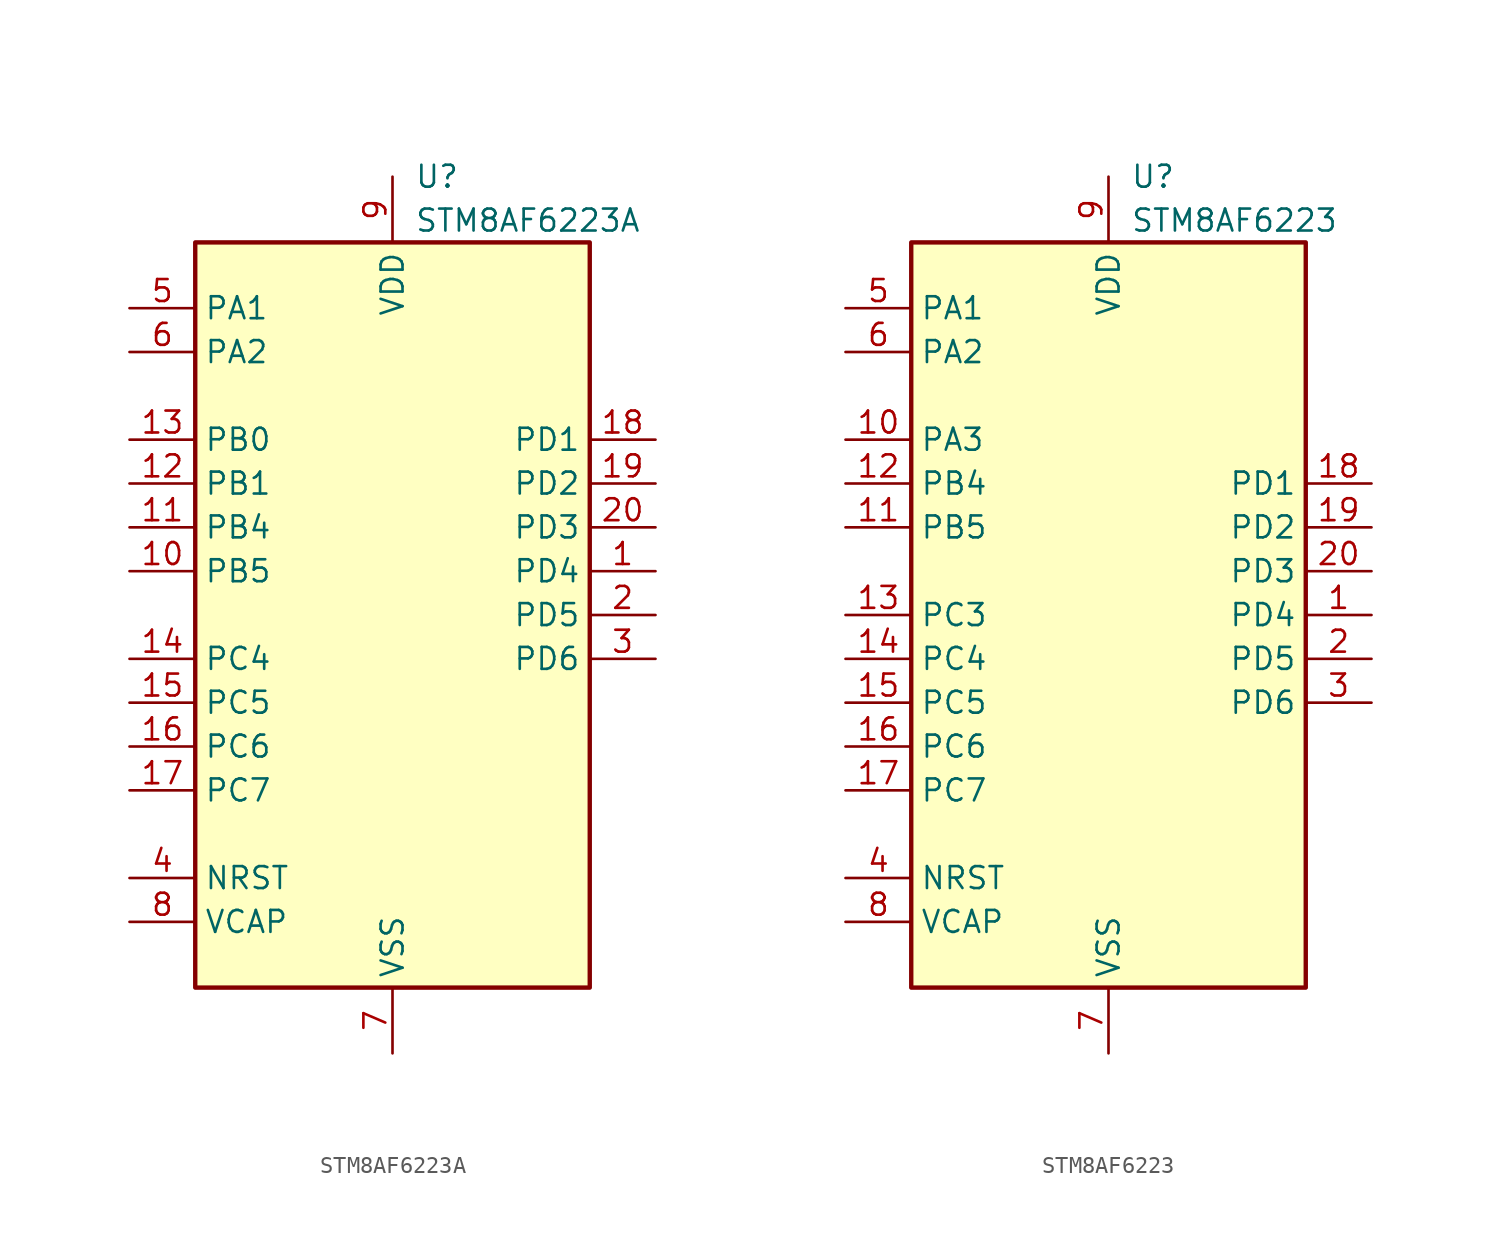
<source format=kicad_sym>
(kicad_symbol_lib
  (version 20201005)
  (generator kicad_symbol_editor)
  (symbol "MCU_ST_STM8:STM8AF6223A"
    (property "Reference" "U"
      (at 1.27 25.4 0)
      (effects (font (size 1.27 1.27)) (justify left)))
    (property "Value" "STM8AF6223A"
      (at 1.27 22.86 0)
      (effects (font (size 1.27 1.27)) (justify left)))
    (symbol "STM8AF6223A_0_1"
      (rectangle (start -11.43 21.59) (end 11.43 -21.59) (stroke (width 0.254)) (fill (type background))))
    (symbol "STM8AF6223A_1_1"
      (pin bidirectional line (at 15.24 2.54 180) (length 3.81) (name "PD4" (effects (font (size 1.27 1.27)))) (number "1" (effects (font (size 1.27 1.27)))))
      (pin bidirectional line (at -15.24 2.54 0) (length 3.81) (name "PB5" (effects (font (size 1.27 1.27)))) (number "10" (effects (font (size 1.27 1.27)))))
      (pin bidirectional line (at -15.24 5.08 0) (length 3.81) (name "PB4" (effects (font (size 1.27 1.27)))) (number "11" (effects (font (size 1.27 1.27)))))
      (pin bidirectional line (at -15.24 7.62 0) (length 3.81) (name "PB1" (effects (font (size 1.27 1.27)))) (number "12" (effects (font (size 1.27 1.27)))))
      (pin bidirectional line (at -15.24 10.16 0) (length 3.81) (name "PB0" (effects (font (size 1.27 1.27)))) (number "13" (effects (font (size 1.27 1.27)))))
      (pin bidirectional line (at -15.24 -2.54 0) (length 3.81) (name "PC4" (effects (font (size 1.27 1.27)))) (number "14" (effects (font (size 1.27 1.27)))))
      (pin bidirectional line (at -15.24 -5.08 0) (length 3.81) (name "PC5" (effects (font (size 1.27 1.27)))) (number "15" (effects (font (size 1.27 1.27)))))
      (pin bidirectional line (at -15.24 -7.62 0) (length 3.81) (name "PC6" (effects (font (size 1.27 1.27)))) (number "16" (effects (font (size 1.27 1.27)))))
      (pin bidirectional line (at -15.24 -10.16 0) (length 3.81) (name "PC7" (effects (font (size 1.27 1.27)))) (number "17" (effects (font (size 1.27 1.27)))))
      (pin bidirectional line (at 15.24 10.16 180) (length 3.81) (name "PD1" (effects (font (size 1.27 1.27)))) (number "18" (effects (font (size 1.27 1.27)))))
      (pin bidirectional line (at 15.24 7.62 180) (length 3.81) (name "PD2" (effects (font (size 1.27 1.27)))) (number "19" (effects (font (size 1.27 1.27)))))
      (pin bidirectional line (at 15.24 0 180) (length 3.81) (name "PD5" (effects (font (size 1.27 1.27)))) (number "2" (effects (font (size 1.27 1.27)))))
      (pin bidirectional line (at 15.24 5.08 180) (length 3.81) (name "PD3" (effects (font (size 1.27 1.27)))) (number "20" (effects (font (size 1.27 1.27)))))
      (pin bidirectional line (at 15.24 -2.54 180) (length 3.81) (name "PD6" (effects (font (size 1.27 1.27)))) (number "3" (effects (font (size 1.27 1.27)))))
      (pin input line (at -15.24 -15.24 0) (length 3.81) (name "NRST" (effects (font (size 1.27 1.27)))) (number "4" (effects (font (size 1.27 1.27)))))
      (pin bidirectional line (at -15.24 17.78 0) (length 3.81) (name "PA1" (effects (font (size 1.27 1.27)))) (number "5" (effects (font (size 1.27 1.27)))))
      (pin bidirectional line (at -15.24 15.24 0) (length 3.81) (name "PA2" (effects (font (size 1.27 1.27)))) (number "6" (effects (font (size 1.27 1.27)))))
      (pin power_in line (at 0 -25.4 90) (length 3.81) (name "VSS" (effects (font (size 1.27 1.27)))) (number "7" (effects (font (size 1.27 1.27)))))
      (pin input line (at -15.24 -17.78 0) (length 3.81) (name "VCAP" (effects (font (size 1.27 1.27)))) (number "8" (effects (font (size 1.27 1.27)))))
      (pin power_in line (at 0 25.4 270) (length 3.81) (name "VDD" (effects (font (size 1.27 1.27)))) (number "9" (effects (font (size 1.27 1.27)))))))
  (symbol "MCU_ST_STM8:STM8AF6223"
    (property "Reference" "U"
      (at 1.27 25.4 0)
      (effects (font (size 1.27 1.27)) (justify left)))
    (property "Value" "STM8AF6223"
      (at 1.27 22.86 0)
      (effects (font (size 1.27 1.27)) (justify left)))
    (symbol "STM8AF6223_0_1"
      (rectangle (start -11.43 21.59) (end 11.43 -21.59) (stroke (width 0.254)) (fill (type background))))
    (symbol "STM8AF6223_1_1"
      (pin bidirectional line (at 15.24 0 180) (length 3.81) (name "PD4" (effects (font (size 1.27 1.27)))) (number "1" (effects (font (size 1.27 1.27)))))
      (pin bidirectional line (at -15.24 10.16 0) (length 3.81) (name "PA3" (effects (font (size 1.27 1.27)))) (number "10" (effects (font (size 1.27 1.27)))))
      (pin bidirectional line (at -15.24 5.08 0) (length 3.81) (name "PB5" (effects (font (size 1.27 1.27)))) (number "11" (effects (font (size 1.27 1.27)))))
      (pin bidirectional line (at -15.24 7.62 0) (length 3.81) (name "PB4" (effects (font (size 1.27 1.27)))) (number "12" (effects (font (size 1.27 1.27)))))
      (pin bidirectional line (at -15.24 0 0) (length 3.81) (name "PC3" (effects (font (size 1.27 1.27)))) (number "13" (effects (font (size 1.27 1.27)))))
      (pin bidirectional line (at -15.24 -2.54 0) (length 3.81) (name "PC4" (effects (font (size 1.27 1.27)))) (number "14" (effects (font (size 1.27 1.27)))))
      (pin bidirectional line (at -15.24 -5.08 0) (length 3.81) (name "PC5" (effects (font (size 1.27 1.27)))) (number "15" (effects (font (size 1.27 1.27)))))
      (pin bidirectional line (at -15.24 -7.62 0) (length 3.81) (name "PC6" (effects (font (size 1.27 1.27)))) (number "16" (effects (font (size 1.27 1.27)))))
      (pin bidirectional line (at -15.24 -10.16 0) (length 3.81) (name "PC7" (effects (font (size 1.27 1.27)))) (number "17" (effects (font (size 1.27 1.27)))))
      (pin bidirectional line (at 15.24 7.62 180) (length 3.81) (name "PD1" (effects (font (size 1.27 1.27)))) (number "18" (effects (font (size 1.27 1.27)))))
      (pin bidirectional line (at 15.24 5.08 180) (length 3.81) (name "PD2" (effects (font (size 1.27 1.27)))) (number "19" (effects (font (size 1.27 1.27)))))
      (pin bidirectional line (at 15.24 -2.54 180) (length 3.81) (name "PD5" (effects (font (size 1.27 1.27)))) (number "2" (effects (font (size 1.27 1.27)))))
      (pin bidirectional line (at 15.24 2.54 180) (length 3.81) (name "PD3" (effects (font (size 1.27 1.27)))) (number "20" (effects (font (size 1.27 1.27)))))
      (pin bidirectional line (at 15.24 -5.08 180) (length 3.81) (name "PD6" (effects (font (size 1.27 1.27)))) (number "3" (effects (font (size 1.27 1.27)))))
      (pin input line (at -15.24 -15.24 0) (length 3.81) (name "NRST" (effects (font (size 1.27 1.27)))) (number "4" (effects (font (size 1.27 1.27)))))
      (pin bidirectional line (at -15.24 17.78 0) (length 3.81) (name "PA1" (effects (font (size 1.27 1.27)))) (number "5" (effects (font (size 1.27 1.27)))))
      (pin bidirectional line (at -15.24 15.24 0) (length 3.81) (name "PA2" (effects (font (size 1.27 1.27)))) (number "6" (effects (font (size 1.27 1.27)))))
      (pin power_in line (at 0 -25.4 90) (length 3.81) (name "VSS" (effects (font (size 1.27 1.27)))) (number "7" (effects (font (size 1.27 1.27)))))
      (pin input line (at -15.24 -17.78 0) (length 3.81) (name "VCAP" (effects (font (size 1.27 1.27)))) (number "8" (effects (font (size 1.27 1.27)))))
      (pin power_in line (at 0 25.4 270) (length 3.81) (name "VDD" (effects (font (size 1.27 1.27)))) (number "9" (effects (font (size 1.27 1.27))))))))
</source>
